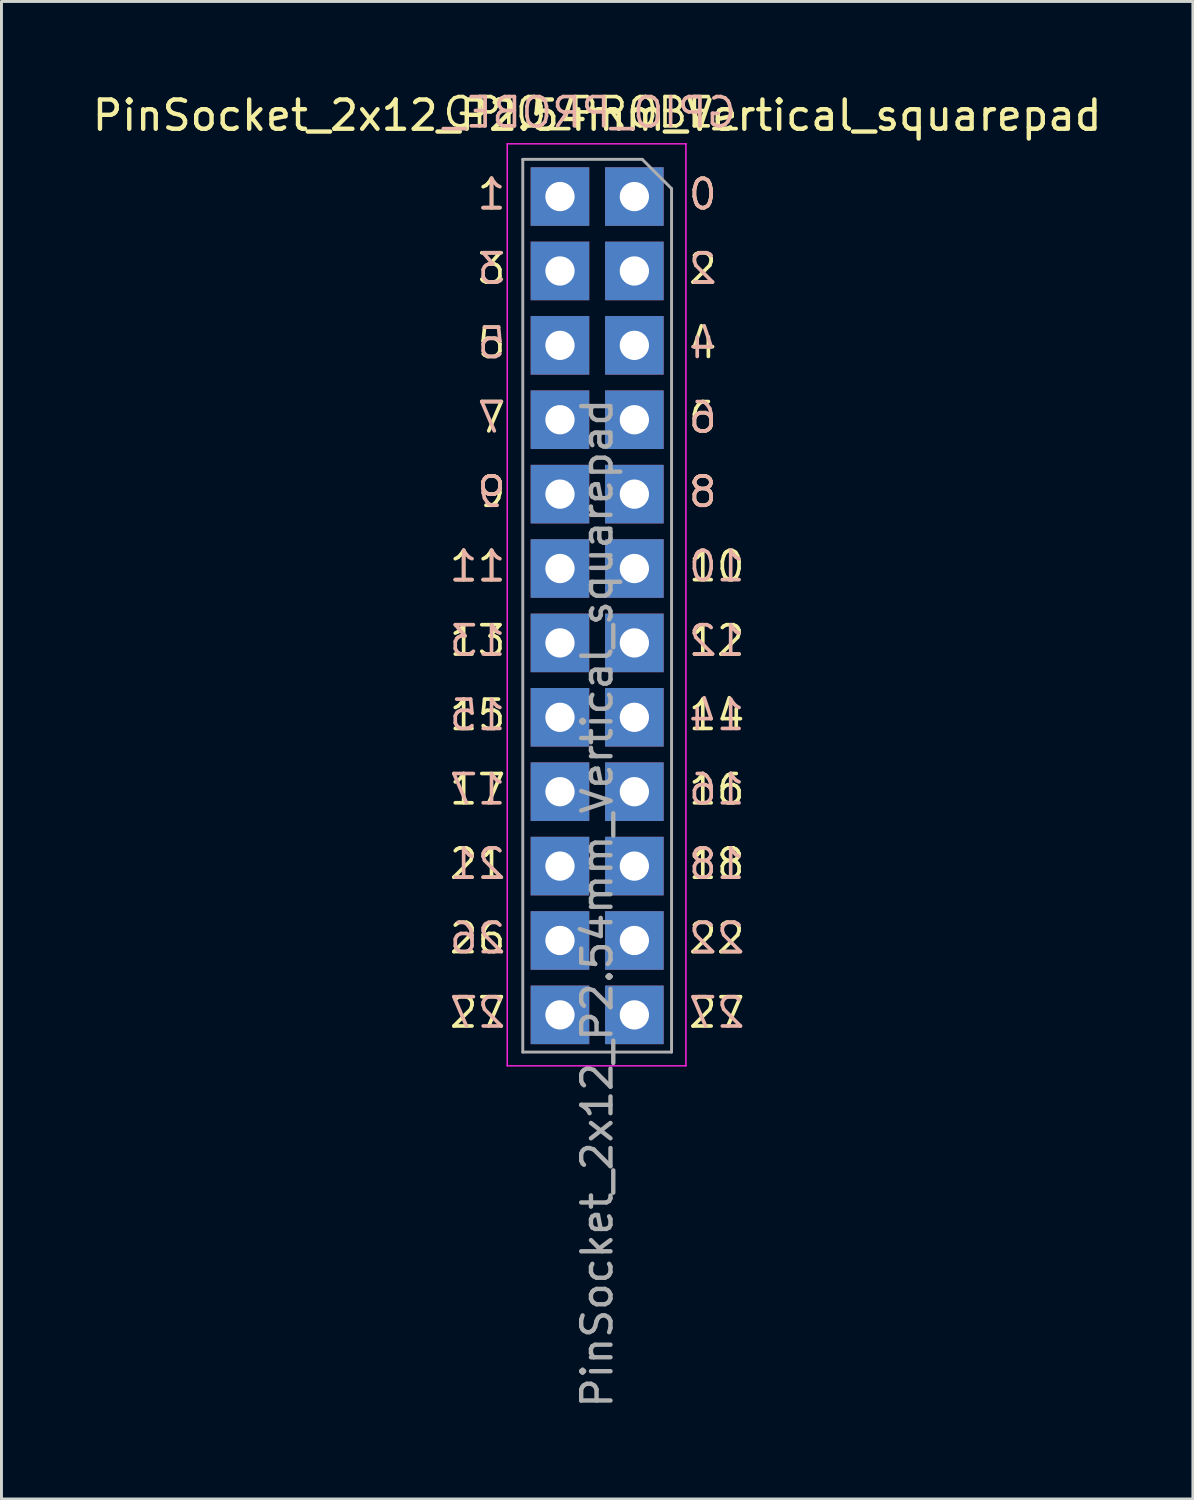
<source format=kicad_pcb>
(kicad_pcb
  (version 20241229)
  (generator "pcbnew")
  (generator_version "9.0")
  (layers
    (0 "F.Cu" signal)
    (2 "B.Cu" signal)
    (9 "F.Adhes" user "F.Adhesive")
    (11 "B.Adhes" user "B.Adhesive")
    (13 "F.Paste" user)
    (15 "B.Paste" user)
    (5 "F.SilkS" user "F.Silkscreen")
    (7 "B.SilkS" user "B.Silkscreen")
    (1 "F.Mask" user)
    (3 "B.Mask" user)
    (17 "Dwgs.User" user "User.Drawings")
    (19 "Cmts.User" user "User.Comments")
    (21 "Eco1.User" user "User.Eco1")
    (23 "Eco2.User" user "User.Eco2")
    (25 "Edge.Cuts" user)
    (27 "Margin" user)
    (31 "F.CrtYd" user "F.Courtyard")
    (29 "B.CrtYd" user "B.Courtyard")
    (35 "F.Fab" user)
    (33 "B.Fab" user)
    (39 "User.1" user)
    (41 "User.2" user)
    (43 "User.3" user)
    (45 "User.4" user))
  (footprint "PinSocket_2x12_P2.54mm_Vertical_squarepad"
    (layer "F.Cu")
    (at 18.609 3.661)
    (property "Reference" "PinSocket_2x12_P2.54mm_Vertical_squarepad" (at -1.27 -2.77 0) (layer "F.SilkS") (effects (font (size 1 1) (thickness 0.15))))
    (attr through_hole)
    (fp_line (start -4.34 -1.8) (end 1.76 -1.8) (stroke (width 0.05) (type solid)) (layer "F.CrtYd"))
    (fp_line (start -4.34 29.68) (end -4.34 -1.8) (stroke (width 0.05) (type solid)) (layer "F.CrtYd"))
    (fp_line (start 1.76 -1.8) (end 1.76 29.68) (stroke (width 0.05) (type solid)) (layer "F.CrtYd"))
    (fp_line (start 1.76 29.68) (end -4.34 29.68) (stroke (width 0.05) (type solid)) (layer "F.CrtYd"))
    (fp_line (start -3.81 -1.27) (end 0.27 -1.27) (stroke (width 0.1) (type solid)) (layer "F.Fab"))
    (fp_line (start -3.81 29.21) (end -3.81 -1.27) (stroke (width 0.1) (type solid)) (layer "F.Fab"))
    (fp_line (start 0.27 -1.27) (end 1.27 -0.27) (stroke (width 0.1) (type solid)) (layer "F.Fab"))
    (fp_line (start 1.27 -0.27) (end 1.27 29.21) (stroke (width 0.1) (type solid)) (layer "F.Fab"))
    (fp_line (start 1.27 29.21) (end -3.81 29.21) (stroke (width 0.1) (type solid)) (layer "F.Fab"))
    (fp_line (start -3.87 -1.33) (end -3.87 29.21) (stroke (width 0.12) (type solid)) (layer "User.9"))
    (fp_line (start -3.87 -1.33) (end -1.27 -1.33) (stroke (width 0.12) (type solid)) (layer "User.9"))
    (fp_line (start -3.87 29.21) (end 1.33 29.21) (stroke (width 0.12) (type solid)) (layer "User.9"))
    (fp_line (start -3.87 29.21) (end 1.33 29.21) (stroke (width 0.12) (type solid)) (layer "User.9"))
    (fp_line (start -1.27 -1.33) (end -1.27 1.27) (stroke (width 0.12) (type solid)) (layer "User.9"))
    (fp_line (start -1.27 1.27) (end 1.33 1.27) (stroke (width 0.12) (type solid)) (layer "User.9"))
    (fp_line (start 0 -1.33) (end 1.33 -1.33) (stroke (width 0.12) (type solid)) (layer "User.9"))
    (fp_line (start 1.33 -1.33) (end 1.33 0) (stroke (width 0.12) (type solid)) (layer "User.9"))
    (fp_line (start 1.33 1.27) (end 1.33 29.21) (stroke (width 0.12) (type solid)) (layer "User.9"))
    (fp_text user "8" (at 1.778 10.668 0) (unlocked yes) (layer "F.SilkS") (effects (font (size 1 1) (thickness 0.125)) (justify left bottom)))
    (fp_text user "14" (at 1.778 18.288 0) (unlocked yes) (layer "F.SilkS") (effects (font (size 1 1) (thickness 0.125)) (justify left bottom)))
    (fp_text user "10" (at 1.778 13.208 0) (unlocked yes) (layer "F.SilkS") (effects (font (size 1 1) (thickness 0.125)) (justify left bottom)))
    (fp_text user "2" (at 1.778 3.048 0) (unlocked yes) (layer "F.SilkS") (effects (font (size 1 1) (thickness 0.125)) (justify left bottom)))
    (fp_text user "4" (at 1.778 5.588 0) (unlocked yes) (layer "F.SilkS") (effects (font (size 1 1) (thickness 0.125)) (justify left bottom)))
    (fp_text user "9" (at -4.318 10.668 0) (unlocked yes) (layer "F.SilkS") (effects (font (size 1 1) (thickness 0.125)) (justify right bottom)))
    (fp_text user "5" (at -4.318 5.588 0) (unlocked yes) (layer "F.SilkS") (effects (font (size 1 1) (thickness 0.125)) (justify right bottom)))
    (fp_text user "16" (at 1.778 20.828 0) (unlocked yes) (layer "F.SilkS") (effects (font (size 1 1) (thickness 0.125)) (justify left bottom)))
    (fp_text user "27" (at -4.318 28.448 0) (unlocked yes) (layer "F.SilkS") (effects (font (size 1 1) (thickness 0.125)) (justify right bottom)))
    (fp_text user "11" (at -4.318 13.208 0) (unlocked yes) (layer "F.SilkS") (effects (font (size 1 1) (thickness 0.125)) (justify right bottom)))
    (fp_text user "3" (at -4.318 3.048 0) (unlocked yes) (layer "F.SilkS") (effects (font (size 1 1) (thickness 0.125)) (justify right bottom)))
    (fp_text user "12" (at 1.778 15.748 0) (unlocked yes) (layer "F.SilkS") (effects (font (size 1 1) (thickness 0.125)) (justify left bottom)))
    (fp_text user "22" (at 1.778 25.908 0) (unlocked yes) (layer "F.SilkS") (effects (font (size 1 1) (thickness 0.125)) (justify left bottom)))
    (fp_text user "0" (at 1.778 0.508 0) (unlocked yes) (layer "F.SilkS") (effects (font (size 1 1) (thickness 0.125)) (justify left bottom)))
    (fp_text user "17" (at -4.318 20.828 0) (unlocked yes) (layer "F.SilkS") (effects (font (size 1 1) (thickness 0.125)) (justify right bottom)))
    (fp_text user "13" (at -4.318 15.748 0) (unlocked yes) (layer "F.SilkS") (effects (font (size 1 1) (thickness 0.125)) (justify right bottom)))
    (fp_text user "6" (at 1.778 8.128 0) (unlocked yes) (layer "F.SilkS") (effects (font (size 1 1) (thickness 0.125)) (justify left bottom)))
    (fp_text user "21" (at -4.318 23.368 0) (unlocked yes) (layer "F.SilkS") (effects (font (size 1 1) (thickness 0.125)) (justify right bottom)))
    (fp_text user "27" (at 1.778 28.448 0) (unlocked yes) (layer "F.SilkS") (effects (font (size 1 1) (thickness 0.125)) (justify left bottom)))
    (fp_text user "7" (at -4.318 8.128 0) (unlocked yes) (layer "F.SilkS") (effects (font (size 1 1) (thickness 0.125)) (justify right bottom)))
    (fp_text user "1" (at -4.318 0.508 0) (unlocked yes) (layer "F.SilkS") (effects (font (size 1 1) (thickness 0.125)) (justify right bottom)))
    (fp_text user "26" (at -4.318 25.908 0) (unlocked yes) (layer "F.SilkS") (effects (font (size 1 1) (thickness 0.125)) (justify right bottom)))
    (fp_text user "18" (at 1.778 23.368 0) (unlocked yes) (layer "F.SilkS") (effects (font (size 1 1) (thickness 0.125)) (justify left bottom)))
    (fp_text user "GPIO_PROBE_" (at -1.524 -2.286 0) (unlocked yes) (layer "F.SilkS") (effects (font (size 1 1) (thickness 0.125)) (justify bottom)))
    (fp_text user "15" (at -4.318 18.288 0) (unlocked yes) (layer "F.SilkS") (effects (font (size 1 1) (thickness 0.125)) (justify right bottom)))
    (fp_text user "12" (at 1.778 15.748 0) (unlocked yes) (layer "B.SilkS") (effects (font (size 1 1) (thickness 0.125)) (justify right bottom mirror)))
    (fp_text user "10" (at 1.778 13.208 0) (unlocked yes) (layer "B.SilkS") (effects (font (size 1 1) (thickness 0.125)) (justify right bottom mirror)))
    (fp_text user "5" (at -4.318 5.588 0) (unlocked yes) (layer "B.SilkS") (effects (font (size 1 1) (thickness 0.125)) (justify left bottom mirror)))
    (fp_text user "GPIO_PROBE_" (at -1.524 -2.286 0) (unlocked yes) (layer "B.SilkS") (effects (font (size 1 1) (thickness 0.125)) (justify bottom mirror)))
    (fp_text user "8" (at 1.778 10.668 0) (unlocked yes) (layer "B.SilkS") (effects (font (size 1 1) (thickness 0.125)) (justify right bottom mirror)))
    (fp_text user "3" (at -4.318 3.048 0) (unlocked yes) (layer "B.SilkS") (effects (font (size 1 1) (thickness 0.125)) (justify left bottom mirror)))
    (fp_text user "17" (at -4.318 20.828 0) (unlocked yes) (layer "B.SilkS") (effects (font (size 1 1) (thickness 0.125)) (justify left bottom mirror)))
    (fp_text user "14" (at 1.778 18.288 0) (unlocked yes) (layer "B.SilkS") (effects (font (size 1 1) (thickness 0.125)) (justify right bottom mirror)))
    (fp_text user "22" (at 1.778 25.908 0) (unlocked yes) (layer "B.SilkS") (effects (font (size 1 1) (thickness 0.125)) (justify right bottom mirror)))
    (fp_text user "2" (at 1.778 3.048 0) (unlocked yes) (layer "B.SilkS") (effects (font (size 1 1) (thickness 0.125)) (justify right bottom mirror)))
    (fp_text user "16" (at 1.778 20.828 0) (unlocked yes) (layer "B.SilkS") (effects (font (size 1 1) (thickness 0.125)) (justify right bottom mirror)))
    (fp_text user "6" (at 1.778 8.128 0) (unlocked yes) (layer "B.SilkS") (effects (font (size 1 1) (thickness 0.125)) (justify right bottom mirror)))
    (fp_text user "11" (at -4.318 13.208 0) (unlocked yes) (layer "B.SilkS") (effects (font (size 1 1) (thickness 0.125)) (justify left bottom mirror)))
    (fp_text user "4" (at 1.778 5.588 0) (unlocked yes) (layer "B.SilkS") (effects (font (size 1 1) (thickness 0.125)) (justify right bottom mirror)))
    (fp_text user "18" (at 1.778 23.368 0) (unlocked yes) (layer "B.SilkS") (effects (font (size 1 1) (thickness 0.125)) (justify right bottom mirror)))
    (fp_text user "7" (at -4.318 8.128 0) (unlocked yes) (layer "B.SilkS") (effects (font (size 1 1) (thickness 0.125)) (justify left bottom mirror)))
    (fp_text user "21" (at -4.318 23.368 0) (unlocked yes) (layer "B.SilkS") (effects (font (size 1 1) (thickness 0.125)) (justify left bottom mirror)))
    (fp_text user "0" (at 1.778 0.508 0) (unlocked yes) (layer "B.SilkS") (effects (font (size 1 1) (thickness 0.125)) (justify right bottom mirror)))
    (fp_text user "27" (at -4.318 28.448 0) (unlocked yes) (layer "B.SilkS") (effects (font (size 1 1) (thickness 0.125)) (justify left bottom mirror)))
    (fp_text user "26" (at -4.318 25.908 0) (unlocked yes) (layer "B.SilkS") (effects (font (size 1 1) (thickness 0.125)) (justify left bottom mirror)))
    (fp_text user "27" (at 1.778 28.448 0) (unlocked yes) (layer "B.SilkS") (effects (font (size 1 1) (thickness 0.125)) (justify right bottom mirror)))
    (fp_text user "1" (at -4.318 0.508 0) (unlocked yes) (layer "B.SilkS") (effects (font (size 1 1) (thickness 0.125)) (justify left bottom mirror)))
    (fp_text user "13" (at -4.318 15.748 0) (unlocked yes) (layer "B.SilkS") (effects (font (size 1 1) (thickness 0.125)) (justify left bottom mirror)))
    (fp_text user "9" (at -4.318 10.668 0) (unlocked yes) (layer "B.SilkS") (effects (font (size 1 1) (thickness 0.125)) (justify left bottom mirror)))
    (fp_text user "15" (at -4.318 18.288 0) (unlocked yes) (layer "B.SilkS") (effects (font (size 1 1) (thickness 0.125)) (justify left bottom mirror)))
    (fp_text user "${REFERENCE}" (at -1.27 24.13 90) (layer "F.Fab") (effects (font (size 1 1) (thickness 0.15))))
    (pad "1" thru_hole rect (at 0 0) (size 2 2) (drill 1) (layers "*.Cu" "*.Mask"))
    (pad "2" thru_hole rect (at -2.54 0) (size 2 2) (drill 1) (layers "*.Cu" "*.Mask"))
    (pad "3" thru_hole rect (at 0 2.54) (size 2 2) (drill 1) (layers "*.Cu" "*.Mask"))
    (pad "4" thru_hole rect (at -2.54 2.54) (size 2 2) (drill 1) (layers "*.Cu" "*.Mask"))
    (pad "5" thru_hole rect (at 0 5.08) (size 2 2) (drill 1) (layers "*.Cu" "*.Mask"))
    (pad "6" thru_hole rect (at -2.54 5.08) (size 2 2) (drill 1) (layers "*.Cu" "*.Mask"))
    (pad "7" thru_hole rect (at 0 7.62) (size 2 2) (drill 1) (layers "*.Cu" "*.Mask"))
    (pad "8" thru_hole rect (at -2.54 7.62) (size 2 2) (drill 1) (layers "*.Cu" "*.Mask"))
    (pad "9" thru_hole rect (at 0 10.16) (size 2 2) (drill 1) (layers "*.Cu" "*.Mask"))
    (pad "10" thru_hole rect (at -2.54 10.16) (size 2 2) (drill 1) (layers "*.Cu" "*.Mask"))
    (pad "11" thru_hole rect (at 0 12.7) (size 2 2) (drill 1) (layers "*.Cu" "*.Mask"))
    (pad "12" thru_hole rect (at -2.54 12.7) (size 2 2) (drill 1) (layers "*.Cu" "*.Mask"))
    (pad "13" thru_hole rect (at 0 15.24) (size 2 2) (drill 1) (layers "*.Cu" "*.Mask"))
    (pad "14" thru_hole rect (at -2.54 15.24) (size 2 2) (drill 1) (layers "*.Cu" "*.Mask"))
    (pad "15" thru_hole rect (at 0 17.78) (size 2 2) (drill 1) (layers "*.Cu" "*.Mask"))
    (pad "16" thru_hole rect (at -2.54 17.78) (size 2 2) (drill 1) (layers "*.Cu" "*.Mask"))
    (pad "17" thru_hole rect (at 0 20.32) (size 2 2) (drill 1) (layers "*.Cu" "*.Mask"))
    (pad "18" thru_hole rect (at -2.54 20.32) (size 2 2) (drill 1) (layers "*.Cu" "*.Mask"))
    (pad "19" thru_hole rect (at 0 22.86) (size 2 2) (drill 1) (layers "*.Cu" "*.Mask"))
    (pad "20" thru_hole rect (at -2.54 22.86) (size 2 2) (drill 1) (layers "*.Cu" "*.Mask"))
    (pad "21" thru_hole rect (at 0 25.4) (size 2 2) (drill 1) (layers "*.Cu" "*.Mask"))
    (pad "22" thru_hole rect (at -2.54 25.4) (size 2 2) (drill 1) (layers "*.Cu" "*.Mask"))
    (pad "23" thru_hole rect (at 0 27.94) (size 2 2) (drill 1) (layers "*.Cu" "*.Mask"))
    (pad "24" thru_hole rect (at -2.54 27.94) (size 2 2) (drill 1) (layers "*.Cu" "*.Mask")))
  (gr_rect
    (start -3 -3)
    (end 37.679 48.13)
    (stroke (width 0.1) (type default))
    (fill no)
    (layer "Edge.Cuts")))
</source>
